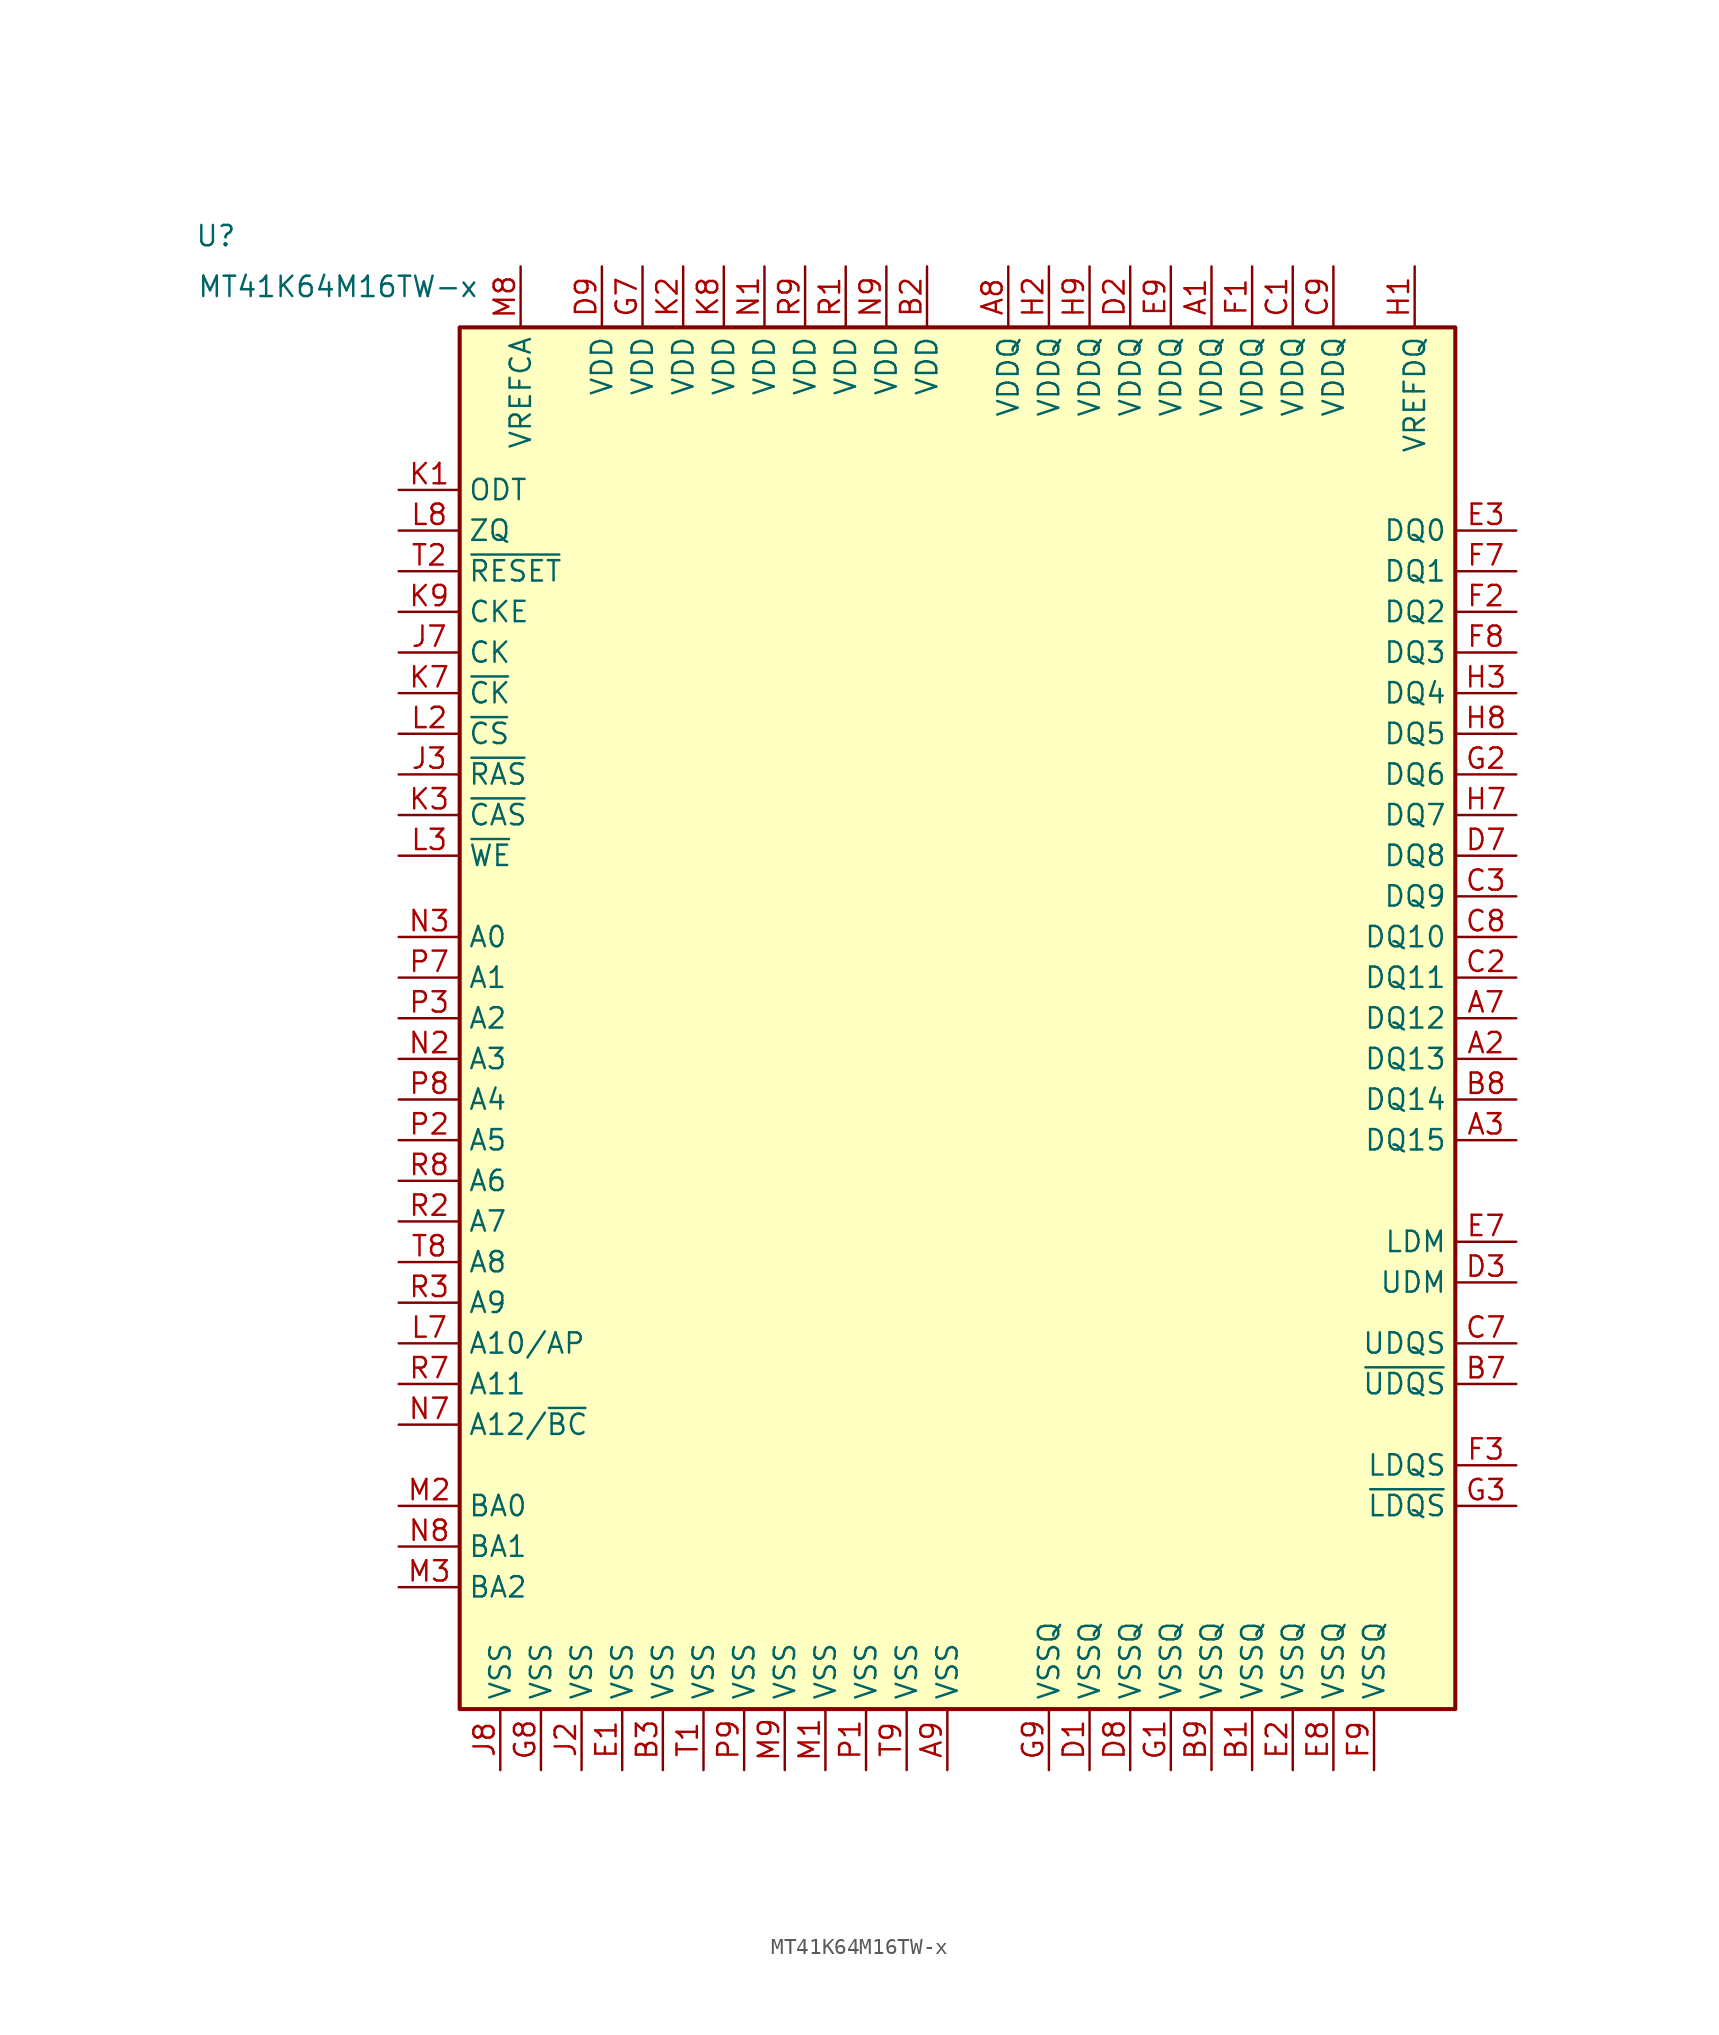
<source format=kicad_sym>
(kicad_symbol_lib
  (version 20211014)
  (generator kicad_symbol_editor)
  (symbol "MT41K64M16TW-x"
    (property "Reference" "U"
      (at -45.72 48.895 0)
      (effects (font (size 1.27 1.27))))
    (property "Value" "MT41K64M16TW-x"
      (at -38.1 45.72 0)
      (effects (font (size 1.27 1.27))))
    (symbol "MT41K64M16TW-x_0_0"
      (pin power_in line (at -5.08 -46.99 90) (length 3.81) (name "VSS" (effects (font (size 1.27 1.27)))) (number "P1" (effects (font (size 1.27 1.27)))))
      (pin input line (at -34.29 -7.62 0) (length 3.81) (name "A5" (effects (font (size 1.27 1.27)))) (number "P2" (effects (font (size 1.27 1.27)))))
      (pin input line (at -34.29 0 0) (length 3.81) (name "A2" (effects (font (size 1.27 1.27)))) (number "P3" (effects (font (size 1.27 1.27)))))
      (pin input line (at -34.29 2.54 0) (length 3.81) (name "A1" (effects (font (size 1.27 1.27)))) (number "P7" (effects (font (size 1.27 1.27)))))
      (pin input line (at -34.29 -5.08 0) (length 3.81) (name "A4" (effects (font (size 1.27 1.27)))) (number "P8" (effects (font (size 1.27 1.27)))))
      (pin power_in line (at -12.7 -46.99 90) (length 3.81) (name "VSS" (effects (font (size 1.27 1.27)))) (number "P9" (effects (font (size 1.27 1.27)))))
      (pin power_in line (at -6.35 46.99 270) (length 3.81) (name "VDD" (effects (font (size 1.27 1.27)))) (number "R1" (effects (font (size 1.27 1.27)))))
      (pin input line (at -34.29 -12.7 0) (length 3.81) (name "A7" (effects (font (size 1.27 1.27)))) (number "R2" (effects (font (size 1.27 1.27)))))
      (pin input line (at -34.29 -17.78 0) (length 3.81) (name "A9" (effects (font (size 1.27 1.27)))) (number "R3" (effects (font (size 1.27 1.27)))))
      (pin input line (at -34.29 -22.86 0) (length 3.81) (name "A11" (effects (font (size 1.27 1.27)))) (number "R7" (effects (font (size 1.27 1.27)))))
      (pin input line (at -34.29 -10.16 0) (length 3.81) (name "A6" (effects (font (size 1.27 1.27)))) (number "R8" (effects (font (size 1.27 1.27)))))
      (pin power_in line (at -8.89 46.99 270) (length 3.81) (name "VDD" (effects (font (size 1.27 1.27)))) (number "R9" (effects (font (size 1.27 1.27)))))
      (pin power_in line (at -15.24 -46.99 90) (length 3.81) (name "VSS" (effects (font (size 1.27 1.27)))) (number "T1" (effects (font (size 1.27 1.27)))))
      (pin input line (at -34.29 27.94 0) (length 3.81) (name "~{RESET}" (effects (font (size 1.27 1.27)))) (number "T2" (effects (font (size 1.27 1.27)))))
      (pin no_connect line (at 21.59 -26.67 180) (length 3.81) hide (name "NC" (effects (font (size 1.27 1.27)))) (number "T3" (effects (font (size 1.27 1.27)))))
      (pin input line (at -34.29 -15.24 0) (length 3.81) (name "A8" (effects (font (size 1.27 1.27)))) (number "T8" (effects (font (size 1.27 1.27)))))
      (pin power_in line (at -2.54 -46.99 90) (length 3.81) (name "VSS" (effects (font (size 1.27 1.27)))) (number "T9" (effects (font (size 1.27 1.27))))))
    (symbol "MT41K64M16TW-x_0_1"
      (rectangle (start -30.48 -43.18) (end 31.75 43.18) (stroke (width 0.254) (type default) (color 0 0 0 0)) (fill (type background)))
      (pin power_in line (at 16.51 46.99 270) (length 3.81) (name "VDDQ" (effects (font (size 1.27 1.27)))) (number "A1" (effects (font (size 1.27 1.27)))))
      (pin bidirectional line (at 35.56 -2.54 180) (length 3.81) (name "DQ13" (effects (font (size 1.27 1.27)))) (number "A2" (effects (font (size 1.27 1.27)))))
      (pin bidirectional line (at 35.56 -7.62 180) (length 3.81) (name "DQ15" (effects (font (size 1.27 1.27)))) (number "A3" (effects (font (size 1.27 1.27)))))
      (pin bidirectional line (at 35.56 0 180) (length 3.81) (name "DQ12" (effects (font (size 1.27 1.27)))) (number "A7" (effects (font (size 1.27 1.27)))))
      (pin power_in line (at 3.81 46.99 270) (length 3.81) (name "VDDQ" (effects (font (size 1.27 1.27)))) (number "A8" (effects (font (size 1.27 1.27)))))
      (pin power_in line (at 0 -46.99 90) (length 3.81) (name "VSS" (effects (font (size 1.27 1.27)))) (number "A9" (effects (font (size 1.27 1.27)))))
      (pin power_in line (at 19.05 -46.99 90) (length 3.81) (name "VSSQ" (effects (font (size 1.27 1.27)))) (number "B1" (effects (font (size 1.27 1.27)))))
      (pin power_in line (at -1.27 46.99 270) (length 3.81) (name "VDD" (effects (font (size 1.27 1.27)))) (number "B2" (effects (font (size 1.27 1.27)))))
      (pin power_in line (at -17.78 -46.99 90) (length 3.81) (name "VSS" (effects (font (size 1.27 1.27)))) (number "B3" (effects (font (size 1.27 1.27)))))
      (pin bidirectional line (at 35.56 -22.86 180) (length 3.81) (name "~{UDQS}" (effects (font (size 1.27 1.27)))) (number "B7" (effects (font (size 1.27 1.27)))))
      (pin bidirectional line (at 35.56 -5.08 180) (length 3.81) (name "DQ14" (effects (font (size 1.27 1.27)))) (number "B8" (effects (font (size 1.27 1.27)))))
      (pin power_in line (at 16.51 -46.99 90) (length 3.81) (name "VSSQ" (effects (font (size 1.27 1.27)))) (number "B9" (effects (font (size 1.27 1.27)))))
      (pin power_in line (at 21.59 46.99 270) (length 3.81) (name "VDDQ" (effects (font (size 1.27 1.27)))) (number "C1" (effects (font (size 1.27 1.27)))))
      (pin bidirectional line (at 35.56 2.54 180) (length 3.81) (name "DQ11" (effects (font (size 1.27 1.27)))) (number "C2" (effects (font (size 1.27 1.27)))))
      (pin bidirectional line (at 35.56 7.62 180) (length 3.81) (name "DQ9" (effects (font (size 1.27 1.27)))) (number "C3" (effects (font (size 1.27 1.27)))))
      (pin bidirectional line (at 35.56 -20.32 180) (length 3.81) (name "UDQS" (effects (font (size 1.27 1.27)))) (number "C7" (effects (font (size 1.27 1.27)))))
      (pin bidirectional line (at 35.56 5.08 180) (length 3.81) (name "DQ10" (effects (font (size 1.27 1.27)))) (number "C8" (effects (font (size 1.27 1.27)))))
      (pin power_in line (at 24.13 46.99 270) (length 3.81) (name "VDDQ" (effects (font (size 1.27 1.27)))) (number "C9" (effects (font (size 1.27 1.27)))))
      (pin power_in line (at 8.89 -46.99 90) (length 3.81) (name "VSSQ" (effects (font (size 1.27 1.27)))) (number "D1" (effects (font (size 1.27 1.27)))))
      (pin power_in line (at 11.43 46.99 270) (length 3.81) (name "VDDQ" (effects (font (size 1.27 1.27)))) (number "D2" (effects (font (size 1.27 1.27)))))
      (pin input line (at 35.56 -16.51 180) (length 3.81) (name "UDM" (effects (font (size 1.27 1.27)))) (number "D3" (effects (font (size 1.27 1.27)))))
      (pin bidirectional line (at 35.56 10.16 180) (length 3.81) (name "DQ8" (effects (font (size 1.27 1.27)))) (number "D7" (effects (font (size 1.27 1.27)))))
      (pin power_in line (at 11.43 -46.99 90) (length 3.81) (name "VSSQ" (effects (font (size 1.27 1.27)))) (number "D8" (effects (font (size 1.27 1.27)))))
      (pin power_in line (at -21.59 46.99 270) (length 3.81) (name "VDD" (effects (font (size 1.27 1.27)))) (number "D9" (effects (font (size 1.27 1.27)))))
      (pin power_in line (at -20.32 -46.99 90) (length 3.81) (name "VSS" (effects (font (size 1.27 1.27)))) (number "E1" (effects (font (size 1.27 1.27)))))
      (pin power_in line (at 21.59 -46.99 90) (length 3.81) (name "VSSQ" (effects (font (size 1.27 1.27)))) (number "E2" (effects (font (size 1.27 1.27)))))
      (pin bidirectional line (at 35.56 30.48 180) (length 3.81) (name "DQ0" (effects (font (size 1.27 1.27)))) (number "E3" (effects (font (size 1.27 1.27)))))
      (pin input line (at 35.56 -13.97 180) (length 3.81) (name "LDM" (effects (font (size 1.27 1.27)))) (number "E7" (effects (font (size 1.27 1.27)))))
      (pin power_in line (at 24.13 -46.99 90) (length 3.81) (name "VSSQ" (effects (font (size 1.27 1.27)))) (number "E8" (effects (font (size 1.27 1.27)))))
      (pin power_in line (at 13.97 46.99 270) (length 3.81) (name "VDDQ" (effects (font (size 1.27 1.27)))) (number "E9" (effects (font (size 1.27 1.27)))))
      (pin power_in line (at 19.05 46.99 270) (length 3.81) (name "VDDQ" (effects (font (size 1.27 1.27)))) (number "F1" (effects (font (size 1.27 1.27)))))
      (pin bidirectional line (at 35.56 25.4 180) (length 3.81) (name "DQ2" (effects (font (size 1.27 1.27)))) (number "F2" (effects (font (size 1.27 1.27)))))
      (pin bidirectional line (at 35.56 -27.94 180) (length 3.81) (name "LDQS" (effects (font (size 1.27 1.27)))) (number "F3" (effects (font (size 1.27 1.27)))))
      (pin bidirectional line (at 35.56 27.94 180) (length 3.81) (name "DQ1" (effects (font (size 1.27 1.27)))) (number "F7" (effects (font (size 1.27 1.27)))))
      (pin bidirectional line (at 35.56 22.86 180) (length 3.81) (name "DQ3" (effects (font (size 1.27 1.27)))) (number "F8" (effects (font (size 1.27 1.27)))))
      (pin power_in line (at 26.67 -46.99 90) (length 3.81) (name "VSSQ" (effects (font (size 1.27 1.27)))) (number "F9" (effects (font (size 1.27 1.27)))))
      (pin power_in line (at 13.97 -46.99 90) (length 3.81) (name "VSSQ" (effects (font (size 1.27 1.27)))) (number "G1" (effects (font (size 1.27 1.27)))))
      (pin bidirectional line (at 35.56 15.24 180) (length 3.81) (name "DQ6" (effects (font (size 1.27 1.27)))) (number "G2" (effects (font (size 1.27 1.27)))))
      (pin bidirectional line (at 35.56 -30.48 180) (length 3.81) (name "~{LDQS}" (effects (font (size 1.27 1.27)))) (number "G3" (effects (font (size 1.27 1.27)))))
      (pin power_in line (at -19.05 46.99 270) (length 3.81) (name "VDD" (effects (font (size 1.27 1.27)))) (number "G7" (effects (font (size 1.27 1.27)))))
      (pin power_in line (at -25.4 -46.99 90) (length 3.81) (name "VSS" (effects (font (size 1.27 1.27)))) (number "G8" (effects (font (size 1.27 1.27)))))
      (pin power_in line (at 6.35 -46.99 90) (length 3.81) (name "VSSQ" (effects (font (size 1.27 1.27)))) (number "G9" (effects (font (size 1.27 1.27)))))
      (pin power_in line (at 29.21 46.99 270) (length 3.81) (name "VREFDQ" (effects (font (size 1.27 1.27)))) (number "H1" (effects (font (size 1.27 1.27)))))
      (pin power_in line (at 6.35 46.99 270) (length 3.81) (name "VDDQ" (effects (font (size 1.27 1.27)))) (number "H2" (effects (font (size 1.27 1.27)))))
      (pin bidirectional line (at 35.56 20.32 180) (length 3.81) (name "DQ4" (effects (font (size 1.27 1.27)))) (number "H3" (effects (font (size 1.27 1.27)))))
      (pin bidirectional line (at 35.56 12.7 180) (length 3.81) (name "DQ7" (effects (font (size 1.27 1.27)))) (number "H7" (effects (font (size 1.27 1.27)))))
      (pin bidirectional line (at 35.56 17.78 180) (length 3.81) (name "DQ5" (effects (font (size 1.27 1.27)))) (number "H8" (effects (font (size 1.27 1.27)))))
      (pin power_in line (at 8.89 46.99 270) (length 3.81) (name "VDDQ" (effects (font (size 1.27 1.27)))) (number "H9" (effects (font (size 1.27 1.27)))))
      (pin no_connect line (at 21.59 -13.97 180) (length 3.81) hide (name "NC" (effects (font (size 1.27 1.27)))) (number "J1" (effects (font (size 1.27 1.27)))))
      (pin power_in line (at -22.86 -46.99 90) (length 3.81) (name "VSS" (effects (font (size 1.27 1.27)))) (number "J2" (effects (font (size 1.27 1.27)))))
      (pin input line (at -34.29 15.24 0) (length 3.81) (name "~{RAS}" (effects (font (size 1.27 1.27)))) (number "J3" (effects (font (size 1.27 1.27)))))
      (pin input line (at -34.29 22.86 0) (length 3.81) (name "CK" (effects (font (size 1.27 1.27)))) (number "J7" (effects (font (size 1.27 1.27)))))
      (pin power_in line (at -27.94 -46.99 90) (length 3.81) (name "VSS" (effects (font (size 1.27 1.27)))) (number "J8" (effects (font (size 1.27 1.27)))))
      (pin no_connect line (at 21.59 -16.51 180) (length 3.81) hide (name "NC" (effects (font (size 1.27 1.27)))) (number "J9" (effects (font (size 1.27 1.27)))))
      (pin input line (at -34.29 33.02 0) (length 3.81) (name "ODT" (effects (font (size 1.27 1.27)))) (number "K1" (effects (font (size 1.27 1.27)))))
      (pin power_in line (at -16.51 46.99 270) (length 3.81) (name "VDD" (effects (font (size 1.27 1.27)))) (number "K2" (effects (font (size 1.27 1.27)))))
      (pin input line (at -34.29 12.7 0) (length 3.81) (name "~{CAS}" (effects (font (size 1.27 1.27)))) (number "K3" (effects (font (size 1.27 1.27)))))
      (pin input line (at -34.29 20.32 0) (length 3.81) (name "~{CK}" (effects (font (size 1.27 1.27)))) (number "K7" (effects (font (size 1.27 1.27)))))
      (pin power_in line (at -13.97 46.99 270) (length 3.81) (name "VDD" (effects (font (size 1.27 1.27)))) (number "K8" (effects (font (size 1.27 1.27)))))
      (pin input line (at -34.29 25.4 0) (length 3.81) (name "CKE" (effects (font (size 1.27 1.27)))) (number "K9" (effects (font (size 1.27 1.27)))))
      (pin no_connect line (at 21.59 -19.05 180) (length 3.81) hide (name "NC" (effects (font (size 1.27 1.27)))) (number "L1" (effects (font (size 1.27 1.27)))))
      (pin input line (at -34.29 17.78 0) (length 3.81) (name "~{CS}" (effects (font (size 1.27 1.27)))) (number "L2" (effects (font (size 1.27 1.27)))))
      (pin input line (at -34.29 10.16 0) (length 3.81) (name "~{WE}" (effects (font (size 1.27 1.27)))) (number "L3" (effects (font (size 1.27 1.27)))))
      (pin input line (at -34.29 -20.32 0) (length 3.81) (name "A10/AP" (effects (font (size 1.27 1.27)))) (number "L7" (effects (font (size 1.27 1.27)))))
      (pin power_out line (at -34.29 30.48 0) (length 3.81) (name "ZQ" (effects (font (size 1.27 1.27)))) (number "L8" (effects (font (size 1.27 1.27)))))
      (pin no_connect line (at 21.59 -21.59 180) (length 3.81) hide (name "NC" (effects (font (size 1.27 1.27)))) (number "L9" (effects (font (size 1.27 1.27)))))
      (pin power_in line (at -7.62 -46.99 90) (length 3.81) (name "VSS" (effects (font (size 1.27 1.27)))) (number "M1" (effects (font (size 1.27 1.27)))))
      (pin input line (at -34.29 -30.48 0) (length 3.81) (name "BA0" (effects (font (size 1.27 1.27)))) (number "M2" (effects (font (size 1.27 1.27)))))
      (pin input line (at -34.29 -35.56 0) (length 3.81) (name "BA2" (effects (font (size 1.27 1.27)))) (number "M3" (effects (font (size 1.27 1.27)))))
      (pin no_connect line (at 21.59 -24.13 180) (length 3.81) hide (name "NC" (effects (font (size 1.27 1.27)))) (number "M7" (effects (font (size 1.27 1.27)))))
      (pin power_in line (at -26.67 46.99 270) (length 3.81) (name "VREFCA" (effects (font (size 1.27 1.27)))) (number "M8" (effects (font (size 1.27 1.27)))))
      (pin power_in line (at -10.16 -46.99 90) (length 3.81) (name "VSS" (effects (font (size 1.27 1.27)))) (number "M9" (effects (font (size 1.27 1.27)))))
      (pin power_in line (at -11.43 46.99 270) (length 3.81) (name "VDD" (effects (font (size 1.27 1.27)))) (number "N1" (effects (font (size 1.27 1.27)))))
      (pin input line (at -34.29 -2.54 0) (length 3.81) (name "A3" (effects (font (size 1.27 1.27)))) (number "N2" (effects (font (size 1.27 1.27)))))
      (pin input line (at -34.29 5.08 0) (length 3.81) (name "A0" (effects (font (size 1.27 1.27)))) (number "N3" (effects (font (size 1.27 1.27)))))
      (pin input line (at -34.29 -25.4 0) (length 3.81) (name "A12/~{BC}" (effects (font (size 1.27 1.27)))) (number "N7" (effects (font (size 1.27 1.27)))))
      (pin input line (at -34.29 -33.02 0) (length 3.81) (name "BA1" (effects (font (size 1.27 1.27)))) (number "N8" (effects (font (size 1.27 1.27)))))
      (pin power_in line (at -3.81 46.99 270) (length 3.81) (name "VDD" (effects (font (size 1.27 1.27)))) (number "N9" (effects (font (size 1.27 1.27)))))
      (pin no_connect line (at 21.59 -29.21 180) (length 3.81) hide (name "NC" (effects (font (size 1.27 1.27)))) (number "T7" (effects (font (size 1.27 1.27))))))))
</source>
